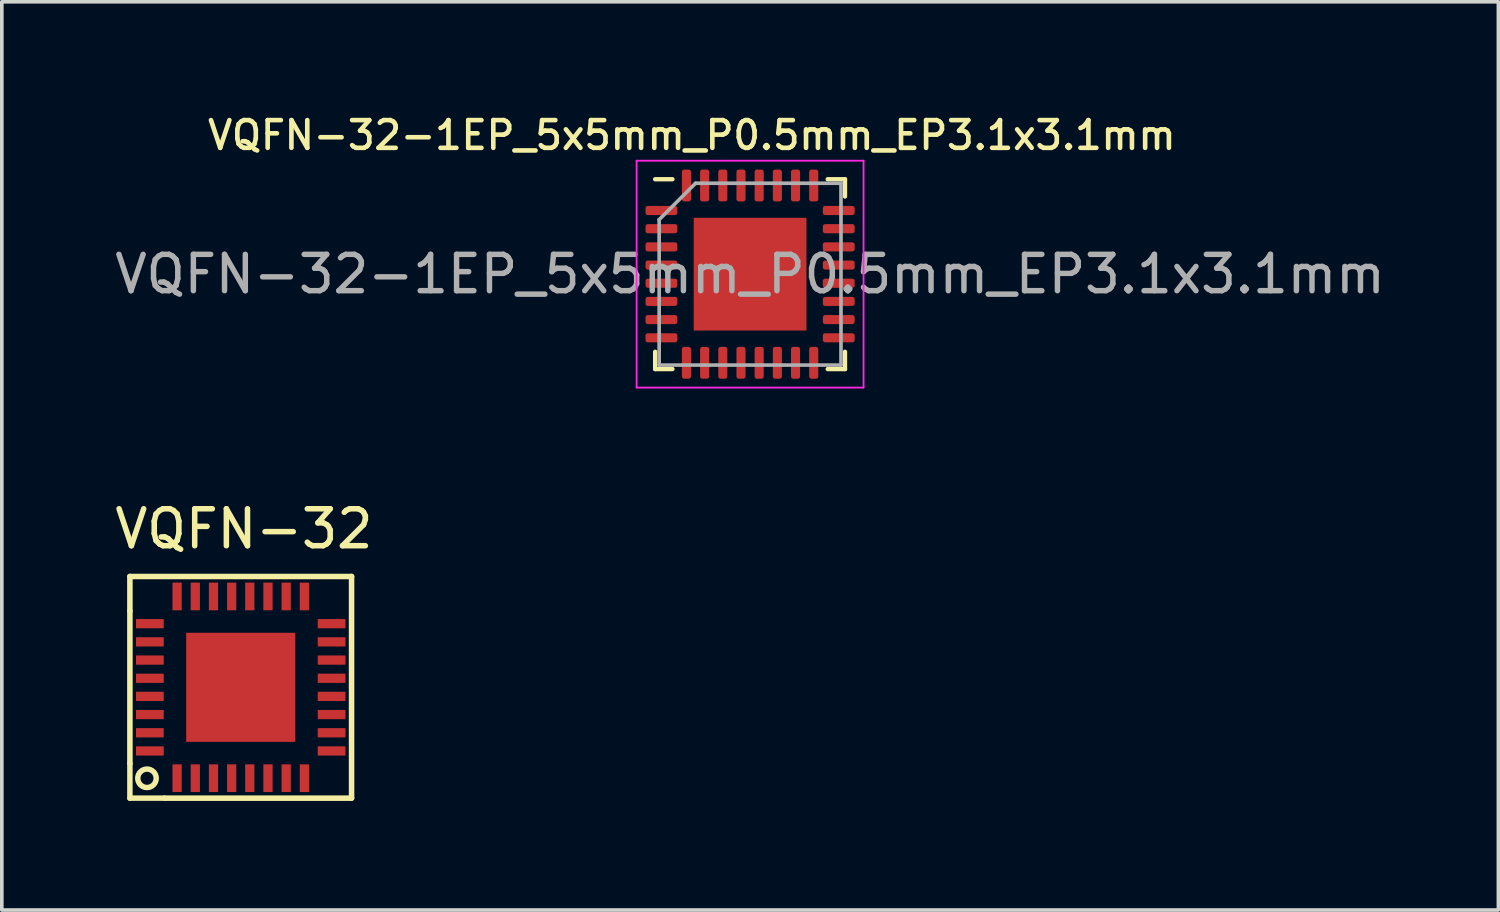
<source format=kicad_pcb>
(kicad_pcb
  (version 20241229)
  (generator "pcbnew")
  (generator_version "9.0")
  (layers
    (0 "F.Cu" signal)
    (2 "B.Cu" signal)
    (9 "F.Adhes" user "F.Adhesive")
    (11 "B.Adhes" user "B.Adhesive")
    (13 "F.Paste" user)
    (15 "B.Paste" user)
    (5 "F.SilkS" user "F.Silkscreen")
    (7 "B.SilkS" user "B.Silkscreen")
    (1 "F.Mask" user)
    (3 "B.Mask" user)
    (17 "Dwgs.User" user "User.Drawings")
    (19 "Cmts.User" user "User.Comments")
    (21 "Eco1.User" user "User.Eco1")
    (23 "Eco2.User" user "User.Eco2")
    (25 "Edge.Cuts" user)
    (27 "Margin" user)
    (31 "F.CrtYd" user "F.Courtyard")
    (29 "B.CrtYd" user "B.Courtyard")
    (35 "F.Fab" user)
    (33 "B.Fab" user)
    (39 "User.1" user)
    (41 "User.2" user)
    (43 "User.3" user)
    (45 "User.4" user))
  (footprint "VQFN-32-1EP_5x5mm_P0.5mm_EP3.1x3.1mm"
    (layer "F.Cu")
    (at 17.577 4.489)
    (property "Reference" "VQFN-32-1EP_5x5mm_P0.5mm_EP3.1x3.1mm" (at -1.6 -3.82 0) (layer "F.SilkS") (effects (font (size 0.762 0.762) (thickness 0.127))))
    (attr smd)
    (fp_line (start -2.61 2.61) (end -2.61 2.135) (stroke (width 0.12) (type solid)) (layer "F.SilkS"))
    (fp_line (start -2.135 -2.61) (end -2.61 -2.61) (stroke (width 0.12) (type solid)) (layer "F.SilkS"))
    (fp_line (start -2.135 2.61) (end -2.61 2.61) (stroke (width 0.12) (type solid)) (layer "F.SilkS"))
    (fp_line (start 2.135 -2.61) (end 2.61 -2.61) (stroke (width 0.12) (type solid)) (layer "F.SilkS"))
    (fp_line (start 2.135 2.61) (end 2.61 2.61) (stroke (width 0.12) (type solid)) (layer "F.SilkS"))
    (fp_line (start 2.61 -2.61) (end 2.61 -2.135) (stroke (width 0.12) (type solid)) (layer "F.SilkS"))
    (fp_line (start 2.61 2.61) (end 2.61 2.135) (stroke (width 0.12) (type solid)) (layer "F.SilkS"))
    (fp_line (start -3.12 -3.12) (end -3.12 3.12) (stroke (width 0.05) (type solid)) (layer "F.CrtYd"))
    (fp_line (start -3.12 3.12) (end 3.12 3.12) (stroke (width 0.05) (type solid)) (layer "F.CrtYd"))
    (fp_line (start 3.12 -3.12) (end -3.12 -3.12) (stroke (width 0.05) (type solid)) (layer "F.CrtYd"))
    (fp_line (start 3.12 3.12) (end 3.12 -3.12) (stroke (width 0.05) (type solid)) (layer "F.CrtYd"))
    (fp_line (start -2.5 -1.5) (end -1.5 -2.5) (stroke (width 0.1) (type solid)) (layer "F.Fab"))
    (fp_line (start -2.5 2.5) (end -2.5 -1.5) (stroke (width 0.1) (type solid)) (layer "F.Fab"))
    (fp_line (start -1.5 -2.5) (end 2.5 -2.5) (stroke (width 0.1) (type solid)) (layer "F.Fab"))
    (fp_line (start 2.5 -2.5) (end 2.5 2.5) (stroke (width 0.1) (type solid)) (layer "F.Fab"))
    (fp_line (start 2.5 2.5) (end -2.5 2.5) (stroke (width 0.1) (type solid)) (layer "F.Fab"))
    (fp_text user "${REFERENCE}" (at 0 0 0) (layer "F.Fab") (effects (font (size 1 1) (thickness 0.15))))
    (pad "" smd roundrect (at -0.775 -0.775) (size 1.25 1.25) (layers "F.Paste") (roundrect_rratio 0.2))
    (pad "" smd roundrect (at -0.775 0.775) (size 1.25 1.25) (layers "F.Paste") (roundrect_rratio 0.2))
    (pad "" smd roundrect (at 0.775 -0.775) (size 1.25 1.25) (layers "F.Paste") (roundrect_rratio 0.2))
    (pad "" smd roundrect (at 0.775 0.775) (size 1.25 1.25) (layers "F.Paste") (roundrect_rratio 0.2))
    (pad "1" smd roundrect (at -2.438 -1.75) (size 0.875 0.25) (layers "F.Cu" "F.Mask" "F.Paste") (roundrect_rratio 0.25))
    (pad "2" smd roundrect (at -2.438 -1.25) (size 0.875 0.25) (layers "F.Cu" "F.Mask" "F.Paste") (roundrect_rratio 0.25))
    (pad "3" smd roundrect (at -2.438 -0.75) (size 0.875 0.25) (layers "F.Cu" "F.Mask" "F.Paste") (roundrect_rratio 0.25))
    (pad "4" smd roundrect (at -2.438 -0.25) (size 0.875 0.25) (layers "F.Cu" "F.Mask" "F.Paste") (roundrect_rratio 0.25))
    (pad "5" smd roundrect (at -2.438 0.25) (size 0.875 0.25) (layers "F.Cu" "F.Mask" "F.Paste") (roundrect_rratio 0.25))
    (pad "6" smd roundrect (at -2.438 0.75) (size 0.875 0.25) (layers "F.Cu" "F.Mask" "F.Paste") (roundrect_rratio 0.25))
    (pad "7" smd roundrect (at -2.438 1.25) (size 0.875 0.25) (layers "F.Cu" "F.Mask" "F.Paste") (roundrect_rratio 0.25))
    (pad "8" smd roundrect (at -2.438 1.75) (size 0.875 0.25) (layers "F.Cu" "F.Mask" "F.Paste") (roundrect_rratio 0.25))
    (pad "9" smd roundrect (at -1.75 2.438) (size 0.25 0.875) (layers "F.Cu" "F.Mask" "F.Paste") (roundrect_rratio 0.25))
    (pad "10" smd roundrect (at -1.25 2.438) (size 0.25 0.875) (layers "F.Cu" "F.Mask" "F.Paste") (roundrect_rratio 0.25))
    (pad "11" smd roundrect (at -0.75 2.438) (size 0.25 0.875) (layers "F.Cu" "F.Mask" "F.Paste") (roundrect_rratio 0.25))
    (pad "12" smd roundrect (at -0.25 2.438) (size 0.25 0.875) (layers "F.Cu" "F.Mask" "F.Paste") (roundrect_rratio 0.25))
    (pad "13" smd roundrect (at 0.25 2.438) (size 0.25 0.875) (layers "F.Cu" "F.Mask" "F.Paste") (roundrect_rratio 0.25))
    (pad "14" smd roundrect (at 0.75 2.438) (size 0.25 0.875) (layers "F.Cu" "F.Mask" "F.Paste") (roundrect_rratio 0.25))
    (pad "15" smd roundrect (at 1.25 2.438) (size 0.25 0.875) (layers "F.Cu" "F.Mask" "F.Paste") (roundrect_rratio 0.25))
    (pad "16" smd roundrect (at 1.75 2.438) (size 0.25 0.875) (layers "F.Cu" "F.Mask" "F.Paste") (roundrect_rratio 0.25))
    (pad "17" smd roundrect (at 2.438 1.75) (size 0.875 0.25) (layers "F.Cu" "F.Mask" "F.Paste") (roundrect_rratio 0.25))
    (pad "18" smd roundrect (at 2.438 1.25) (size 0.875 0.25) (layers "F.Cu" "F.Mask" "F.Paste") (roundrect_rratio 0.25))
    (pad "19" smd roundrect (at 2.438 0.75) (size 0.875 0.25) (layers "F.Cu" "F.Mask" "F.Paste") (roundrect_rratio 0.25))
    (pad "20" smd roundrect (at 2.438 0.25) (size 0.875 0.25) (layers "F.Cu" "F.Mask" "F.Paste") (roundrect_rratio 0.25))
    (pad "21" smd roundrect (at 2.438 -0.25) (size 0.875 0.25) (layers "F.Cu" "F.Mask" "F.Paste") (roundrect_rratio 0.25))
    (pad "22" smd roundrect (at 2.438 -0.75) (size 0.875 0.25) (layers "F.Cu" "F.Mask" "F.Paste") (roundrect_rratio 0.25))
    (pad "23" smd roundrect (at 2.438 -1.25) (size 0.875 0.25) (layers "F.Cu" "F.Mask" "F.Paste") (roundrect_rratio 0.25))
    (pad "24" smd roundrect (at 2.438 -1.75) (size 0.875 0.25) (layers "F.Cu" "F.Mask" "F.Paste") (roundrect_rratio 0.25))
    (pad "25" smd roundrect (at 1.75 -2.438) (size 0.25 0.875) (layers "F.Cu" "F.Mask" "F.Paste") (roundrect_rratio 0.25))
    (pad "26" smd roundrect (at 1.25 -2.438) (size 0.25 0.875) (layers "F.Cu" "F.Mask" "F.Paste") (roundrect_rratio 0.25))
    (pad "27" smd roundrect (at 0.75 -2.438) (size 0.25 0.875) (layers "F.Cu" "F.Mask" "F.Paste") (roundrect_rratio 0.25))
    (pad "28" smd roundrect (at 0.25 -2.438) (size 0.25 0.875) (layers "F.Cu" "F.Mask" "F.Paste") (roundrect_rratio 0.25))
    (pad "29" smd roundrect (at -0.25 -2.438) (size 0.25 0.875) (layers "F.Cu" "F.Mask" "F.Paste") (roundrect_rratio 0.25))
    (pad "30" smd roundrect (at -0.75 -2.438) (size 0.25 0.875) (layers "F.Cu" "F.Mask" "F.Paste") (roundrect_rratio 0.25))
    (pad "31" smd roundrect (at -1.25 -2.438) (size 0.25 0.875) (layers "F.Cu" "F.Mask" "F.Paste") (roundrect_rratio 0.25))
    (pad "32" smd roundrect (at -1.75 -2.438) (size 0.25 0.875) (layers "F.Cu" "F.Mask" "F.Paste") (roundrect_rratio 0.25))
    (pad "33" smd rect (at 0 0) (size 3.1 3.1) (layers "F.Cu" "F.Mask")))
  (footprint "VQFN-32"
    (layer "F.Cu")
    (at 3.659 15.94)
    (property "Reference" "VQFN-32" (at 0 -4.445 0) (layer "F.SilkS") (effects (font (size 1.016 1.016) (thickness 0.152))))
    (attr smd)
    (fp_line (start -3.137 -3.137) (end 2.959 -3.137) (stroke (width 0.152) (type solid)) (layer "F.SilkS"))
    (fp_line (start -3.137 -2.184) (end -3.137 -3.137) (stroke (width 0.152) (type solid)) (layer "F.SilkS"))
    (fp_line (start -3.137 2.007) (end -3.137 -2.184) (stroke (width 0.152) (type solid)) (layer "F.SilkS"))
    (fp_line (start -3.137 2.007) (end -3.137 2.959) (stroke (width 0.15) (type solid)) (layer "F.SilkS"))
    (fp_line (start -3.137 2.959) (end -2.184 2.959) (stroke (width 0.15) (type solid)) (layer "F.SilkS"))
    (fp_line (start 2.959 -3.137) (end 2.959 2.959) (stroke (width 0.152) (type solid)) (layer "F.SilkS"))
    (fp_line (start 2.959 2.959) (end -2.184 2.959) (stroke (width 0.152) (type solid)) (layer "F.SilkS"))
    (fp_circle (center -2.667 2.413) (end -2.667 2.667) (stroke (width 0.15) (type solid)) (fill no) (layer "F.SilkS"))
    (pad "1" smd rect (at -1.839 2.41 180) (size 0.254 0.762) (layers "F.Cu" "F.Mask" "F.Paste"))
    (pad "2" smd rect (at -1.339 2.41 180) (size 0.254 0.762) (layers "F.Cu" "F.Mask" "F.Paste"))
    (pad "3" smd rect (at -0.838 2.41 180) (size 0.254 0.762) (layers "F.Cu" "F.Mask" "F.Paste"))
    (pad "4" smd rect (at -0.338 2.41 180) (size 0.254 0.762) (layers "F.Cu" "F.Mask" "F.Paste"))
    (pad "5" smd rect (at 0.16 2.41 180) (size 0.254 0.762) (layers "F.Cu" "F.Mask" "F.Paste"))
    (pad "6" smd rect (at 0.66 2.41 180) (size 0.254 0.762) (layers "F.Cu" "F.Mask" "F.Paste"))
    (pad "7" smd rect (at 1.161 2.41 180) (size 0.254 0.762) (layers "F.Cu" "F.Mask" "F.Paste"))
    (pad "8" smd rect (at 1.661 2.41 180) (size 0.254 0.762) (layers "F.Cu" "F.Mask" "F.Paste"))
    (pad "9" smd rect (at 2.41 1.661 90) (size 0.254 0.762) (layers "F.Cu" "F.Mask" "F.Paste"))
    (pad "10" smd rect (at 2.41 1.161 90) (size 0.254 0.762) (layers "F.Cu" "F.Mask" "F.Paste"))
    (pad "11" smd rect (at 2.41 0.66 90) (size 0.254 0.762) (layers "F.Cu" "F.Mask" "F.Paste"))
    (pad "12" smd rect (at 2.41 0.16 90) (size 0.254 0.762) (layers "F.Cu" "F.Mask" "F.Paste"))
    (pad "13" smd rect (at 2.41 -0.338 90) (size 0.254 0.762) (layers "F.Cu" "F.Mask" "F.Paste"))
    (pad "14" smd rect (at 2.41 -0.838 90) (size 0.254 0.762) (layers "F.Cu" "F.Mask" "F.Paste"))
    (pad "15" smd rect (at 2.41 -1.339 90) (size 0.254 0.762) (layers "F.Cu" "F.Mask" "F.Paste"))
    (pad "16" smd rect (at 2.41 -1.839 90) (size 0.254 0.762) (layers "F.Cu" "F.Mask" "F.Paste"))
    (pad "17" smd rect (at 1.661 -2.588 180) (size 0.254 0.762) (layers "F.Cu" "F.Mask" "F.Paste"))
    (pad "18" smd rect (at 1.161 -2.588 180) (size 0.254 0.762) (layers "F.Cu" "F.Mask" "F.Paste"))
    (pad "19" smd rect (at 0.66 -2.588 180) (size 0.254 0.762) (layers "F.Cu" "F.Mask" "F.Paste"))
    (pad "20" smd rect (at 0.16 -2.588 180) (size 0.254 0.762) (layers "F.Cu" "F.Mask" "F.Paste"))
    (pad "21" smd rect (at -0.338 -2.588 180) (size 0.254 0.762) (layers "F.Cu" "F.Mask" "F.Paste"))
    (pad "22" smd rect (at -0.838 -2.588 180) (size 0.254 0.762) (layers "F.Cu" "F.Mask" "F.Paste"))
    (pad "23" smd rect (at -1.339 -2.588 180) (size 0.254 0.762) (layers "F.Cu" "F.Mask" "F.Paste"))
    (pad "24" smd rect (at -1.839 -2.588 180) (size 0.254 0.762) (layers "F.Cu" "F.Mask" "F.Paste"))
    (pad "25" smd rect (at -2.588 -1.839 90) (size 0.254 0.762) (layers "F.Cu" "F.Mask" "F.Paste"))
    (pad "26" smd rect (at -2.588 -1.339 90) (size 0.254 0.762) (layers "F.Cu" "F.Mask" "F.Paste"))
    (pad "27" smd rect (at -2.588 -0.838 90) (size 0.254 0.762) (layers "F.Cu" "F.Mask" "F.Paste"))
    (pad "28" smd rect (at -2.588 -0.338 90) (size 0.254 0.762) (layers "F.Cu" "F.Mask" "F.Paste"))
    (pad "29" smd rect (at -2.588 0.16 90) (size 0.254 0.762) (layers "F.Cu" "F.Mask" "F.Paste"))
    (pad "30" smd rect (at -2.588 0.66 90) (size 0.254 0.762) (layers "F.Cu" "F.Mask" "F.Paste"))
    (pad "31" smd rect (at -2.588 1.161 90) (size 0.254 0.762) (layers "F.Cu" "F.Mask" "F.Paste"))
    (pad "32" smd rect (at -2.588 1.661 90) (size 0.254 0.762) (layers "F.Cu" "F.Mask" "F.Paste"))
    (pad "33" smd rect (at -0.089 -0.089 90) (size 3 3) (layers "F.Cu" "F.Mask" "F.Paste")))
  (gr_rect
    (start -3 -3)
    (end 38.155 21.976)
    (stroke (width 0.1) (type default))
    (fill no)
    (layer "Edge.Cuts")))
</source>
